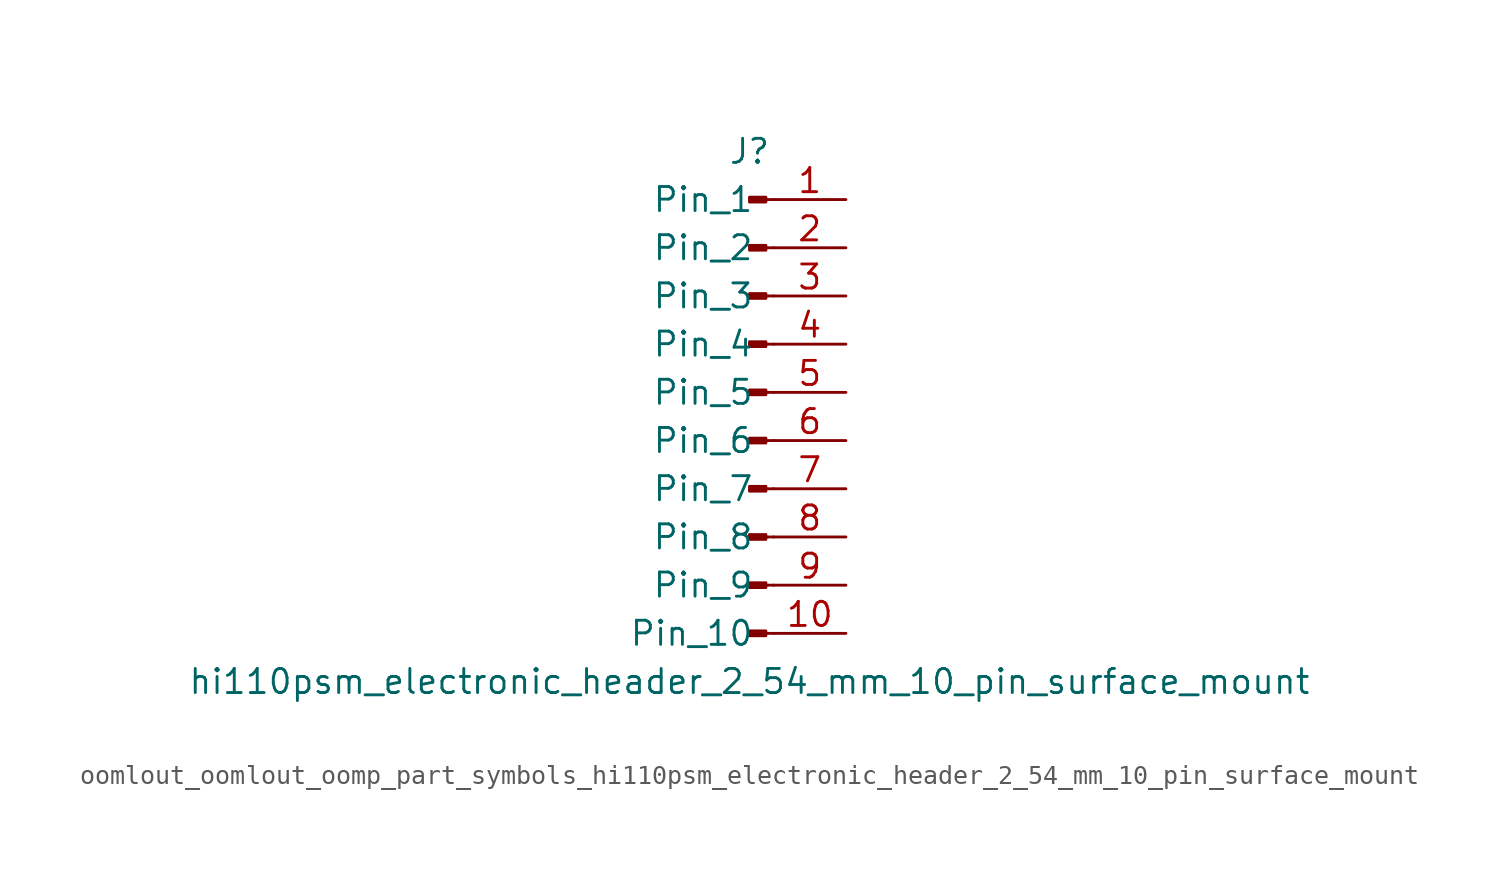
<source format=kicad_sym>
(kicad_symbol_lib
  (version 20220914)
  (generator kicad_symbol_editor)
  (symbol "oomlout_oomlout_oomp_part_symbols_hi110psm_electronic_header_2_54_mm_10_pin_surface_mount"
    (pin_names
      (offset 1.016))
    (property "Reference" "J"
      (at 0 12.7 0)
      (effects (font (size 1.27 1.27))))
    (property "Value" "hi110psm_electronic_header_2_54_mm_10_pin_surface_mount"
      (at 0 -15.24 0)
      (effects (font (size 1.27 1.27))))
    (property "ki_locked" ""
      (at 0 0 0)
      (effects (font (size 1.27 1.27))))
    (symbol "oomlout_oomlout_oomp_part_symbols_hi110psm_electronic_header_2_54_mm_10_pin_surface_mount_1_1"
      (polyline (pts (xy 1.27 -12.7) (xy 0.864 -12.7)) (stroke (width 0.152) (type default)) (fill (type none)))
      (polyline (pts (xy 1.27 -10.16) (xy 0.864 -10.16)) (stroke (width 0.152) (type default)) (fill (type none)))
      (polyline (pts (xy 1.27 -7.62) (xy 0.864 -7.62)) (stroke (width 0.152) (type default)) (fill (type none)))
      (polyline (pts (xy 1.27 -5.08) (xy 0.864 -5.08)) (stroke (width 0.152) (type default)) (fill (type none)))
      (polyline (pts (xy 1.27 -2.54) (xy 0.864 -2.54)) (stroke (width 0.152) (type default)) (fill (type none)))
      (polyline (pts (xy 1.27 0) (xy 0.864 0)) (stroke (width 0.152) (type default)) (fill (type none)))
      (polyline (pts (xy 1.27 2.54) (xy 0.864 2.54)) (stroke (width 0.152) (type default)) (fill (type none)))
      (polyline (pts (xy 1.27 5.08) (xy 0.864 5.08)) (stroke (width 0.152) (type default)) (fill (type none)))
      (polyline (pts (xy 1.27 7.62) (xy 0.864 7.62)) (stroke (width 0.152) (type default)) (fill (type none)))
      (polyline (pts (xy 1.27 10.16) (xy 0.864 10.16)) (stroke (width 0.152) (type default)) (fill (type none)))
      (rectangle (start 0.864 -12.573) (end 0 -12.827) (stroke (width 0.152) (type default)) (fill (type outline)))
      (rectangle (start 0.864 -10.033) (end 0 -10.287) (stroke (width 0.152) (type default)) (fill (type outline)))
      (rectangle (start 0.864 -7.493) (end 0 -7.747) (stroke (width 0.152) (type default)) (fill (type outline)))
      (rectangle (start 0.864 -4.953) (end 0 -5.207) (stroke (width 0.152) (type default)) (fill (type outline)))
      (rectangle (start 0.864 -2.413) (end 0 -2.667) (stroke (width 0.152) (type default)) (fill (type outline)))
      (rectangle (start 0.864 0.127) (end 0 -0.127) (stroke (width 0.152) (type default)) (fill (type outline)))
      (rectangle (start 0.864 2.667) (end 0 2.413) (stroke (width 0.152) (type default)) (fill (type outline)))
      (rectangle (start 0.864 5.207) (end 0 4.953) (stroke (width 0.152) (type default)) (fill (type outline)))
      (rectangle (start 0.864 7.747) (end 0 7.493) (stroke (width 0.152) (type default)) (fill (type outline)))
      (rectangle (start 0.864 10.287) (end 0 10.033) (stroke (width 0.152) (type default)) (fill (type outline)))
      (pin passive line (at 5.08 10.16 180) (length 3.81) (name "Pin_1" (effects (font (size 1.27 1.27)))) (number "1" (effects (font (size 1.27 1.27)))))
      (pin passive line (at 5.08 -12.7 180) (length 3.81) (name "Pin_10" (effects (font (size 1.27 1.27)))) (number "10" (effects (font (size 1.27 1.27)))))
      (pin passive line (at 5.08 7.62 180) (length 3.81) (name "Pin_2" (effects (font (size 1.27 1.27)))) (number "2" (effects (font (size 1.27 1.27)))))
      (pin passive line (at 5.08 5.08 180) (length 3.81) (name "Pin_3" (effects (font (size 1.27 1.27)))) (number "3" (effects (font (size 1.27 1.27)))))
      (pin passive line (at 5.08 2.54 180) (length 3.81) (name "Pin_4" (effects (font (size 1.27 1.27)))) (number "4" (effects (font (size 1.27 1.27)))))
      (pin passive line (at 5.08 0 180) (length 3.81) (name "Pin_5" (effects (font (size 1.27 1.27)))) (number "5" (effects (font (size 1.27 1.27)))))
      (pin passive line (at 5.08 -2.54 180) (length 3.81) (name "Pin_6" (effects (font (size 1.27 1.27)))) (number "6" (effects (font (size 1.27 1.27)))))
      (pin passive line (at 5.08 -5.08 180) (length 3.81) (name "Pin_7" (effects (font (size 1.27 1.27)))) (number "7" (effects (font (size 1.27 1.27)))))
      (pin passive line (at 5.08 -7.62 180) (length 3.81) (name "Pin_8" (effects (font (size 1.27 1.27)))) (number "8" (effects (font (size 1.27 1.27)))))
      (pin passive line (at 5.08 -10.16 180) (length 3.81) (name "Pin_9" (effects (font (size 1.27 1.27)))) (number "9" (effects (font (size 1.27 1.27))))))))
</source>
